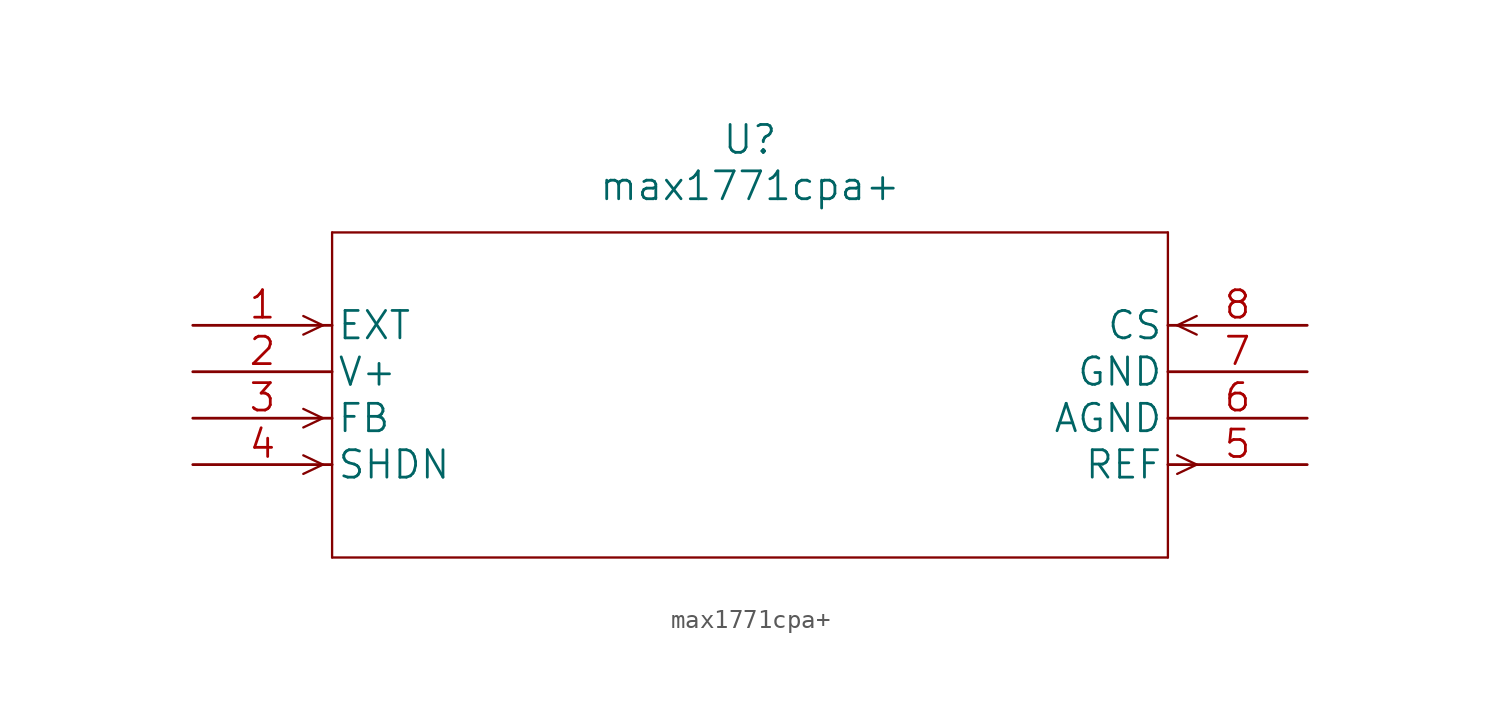
<source format=kicad_sym>
(kicad_symbol_lib
  (version 20211014)
  (generator kicad_symbol_editor)
  (symbol "max1771cpa+"
    (pin_names
      (offset 0.254))
    (property "Reference" "U"
      (at 30.48 10.16 0)
      (effects (font (size 1.524 1.524))))
    (property "Value" "max1771cpa+"
      (at 30.48 7.62 0)
      (effects (font (size 1.524 1.524))))
    (property "Datasheet" ""
      (at 0 0 0)
      (effects (font (size 1.524 1.524))))
    (property "ki_locked" ""
      (at 0 0 0)
      (effects (font (size 1.27 1.27))))
    (symbol "max1771cpa+_1_1"
      (polyline (pts (xy 7.112 -7.62) (xy 6.045 -8.128)) (stroke (width 0.127) (type default) (color 0 0 0 0)) (fill (type none)))
      (polyline (pts (xy 7.112 -7.62) (xy 6.045 -7.112)) (stroke (width 0.127) (type default) (color 0 0 0 0)) (fill (type none)))
      (polyline (pts (xy 7.112 -5.08) (xy 6.045 -5.588)) (stroke (width 0.127) (type default) (color 0 0 0 0)) (fill (type none)))
      (polyline (pts (xy 7.112 -5.08) (xy 6.045 -4.572)) (stroke (width 0.127) (type default) (color 0 0 0 0)) (fill (type none)))
      (polyline (pts (xy 7.112 0) (xy 6.045 -0.508)) (stroke (width 0.127) (type default) (color 0 0 0 0)) (fill (type none)))
      (polyline (pts (xy 7.112 0) (xy 6.045 0.508)) (stroke (width 0.127) (type default) (color 0 0 0 0)) (fill (type none)))
      (polyline (pts (xy 7.62 -12.7) (xy 53.34 -12.7)) (stroke (width 0.127) (type default) (color 0 0 0 0)) (fill (type none)))
      (polyline (pts (xy 7.62 5.08) (xy 7.62 -12.7)) (stroke (width 0.127) (type default) (color 0 0 0 0)) (fill (type none)))
      (polyline (pts (xy 53.34 -12.7) (xy 53.34 5.08)) (stroke (width 0.127) (type default) (color 0 0 0 0)) (fill (type none)))
      (polyline (pts (xy 53.34 5.08) (xy 7.62 5.08)) (stroke (width 0.127) (type default) (color 0 0 0 0)) (fill (type none)))
      (polyline (pts (xy 53.848 -8.128) (xy 54.915 -7.62)) (stroke (width 0.127) (type default) (color 0 0 0 0)) (fill (type none)))
      (polyline (pts (xy 53.848 -7.112) (xy 54.915 -7.62)) (stroke (width 0.127) (type default) (color 0 0 0 0)) (fill (type none)))
      (polyline (pts (xy 53.848 0) (xy 54.915 -0.508)) (stroke (width 0.127) (type default) (color 0 0 0 0)) (fill (type none)))
      (polyline (pts (xy 53.848 0) (xy 54.915 0.508)) (stroke (width 0.127) (type default) (color 0 0 0 0)) (fill (type none)))
      (pin input line (at 0 0 0) (length 7.62) (name "EXT" (effects (font (size 1.499 1.499)))) (number "1" (effects (font (size 1.499 1.499)))))
      (pin power_in line (at 0 -2.54 0) (length 7.62) (name "V+" (effects (font (size 1.499 1.499)))) (number "2" (effects (font (size 1.499 1.499)))))
      (pin input line (at 0 -5.08 0) (length 7.62) (name "FB" (effects (font (size 1.499 1.499)))) (number "3" (effects (font (size 1.499 1.499)))))
      (pin input line (at 0 -7.62 0) (length 7.62) (name "SHDN" (effects (font (size 1.499 1.499)))) (number "4" (effects (font (size 1.499 1.499)))))
      (pin output line (at 60.96 -7.62 180) (length 7.62) (name "REF" (effects (font (size 1.499 1.499)))) (number "5" (effects (font (size 1.499 1.499)))))
      (pin power_in line (at 60.96 -5.08 180) (length 7.62) (name "AGND" (effects (font (size 1.499 1.499)))) (number "6" (effects (font (size 1.499 1.499)))))
      (pin power_in line (at 60.96 -2.54 180) (length 7.62) (name "GND" (effects (font (size 1.499 1.499)))) (number "7" (effects (font (size 1.499 1.499)))))
      (pin input line (at 60.96 0 180) (length 7.62) (name "CS" (effects (font (size 1.499 1.499)))) (number "8" (effects (font (size 1.499 1.499))))))))
</source>
